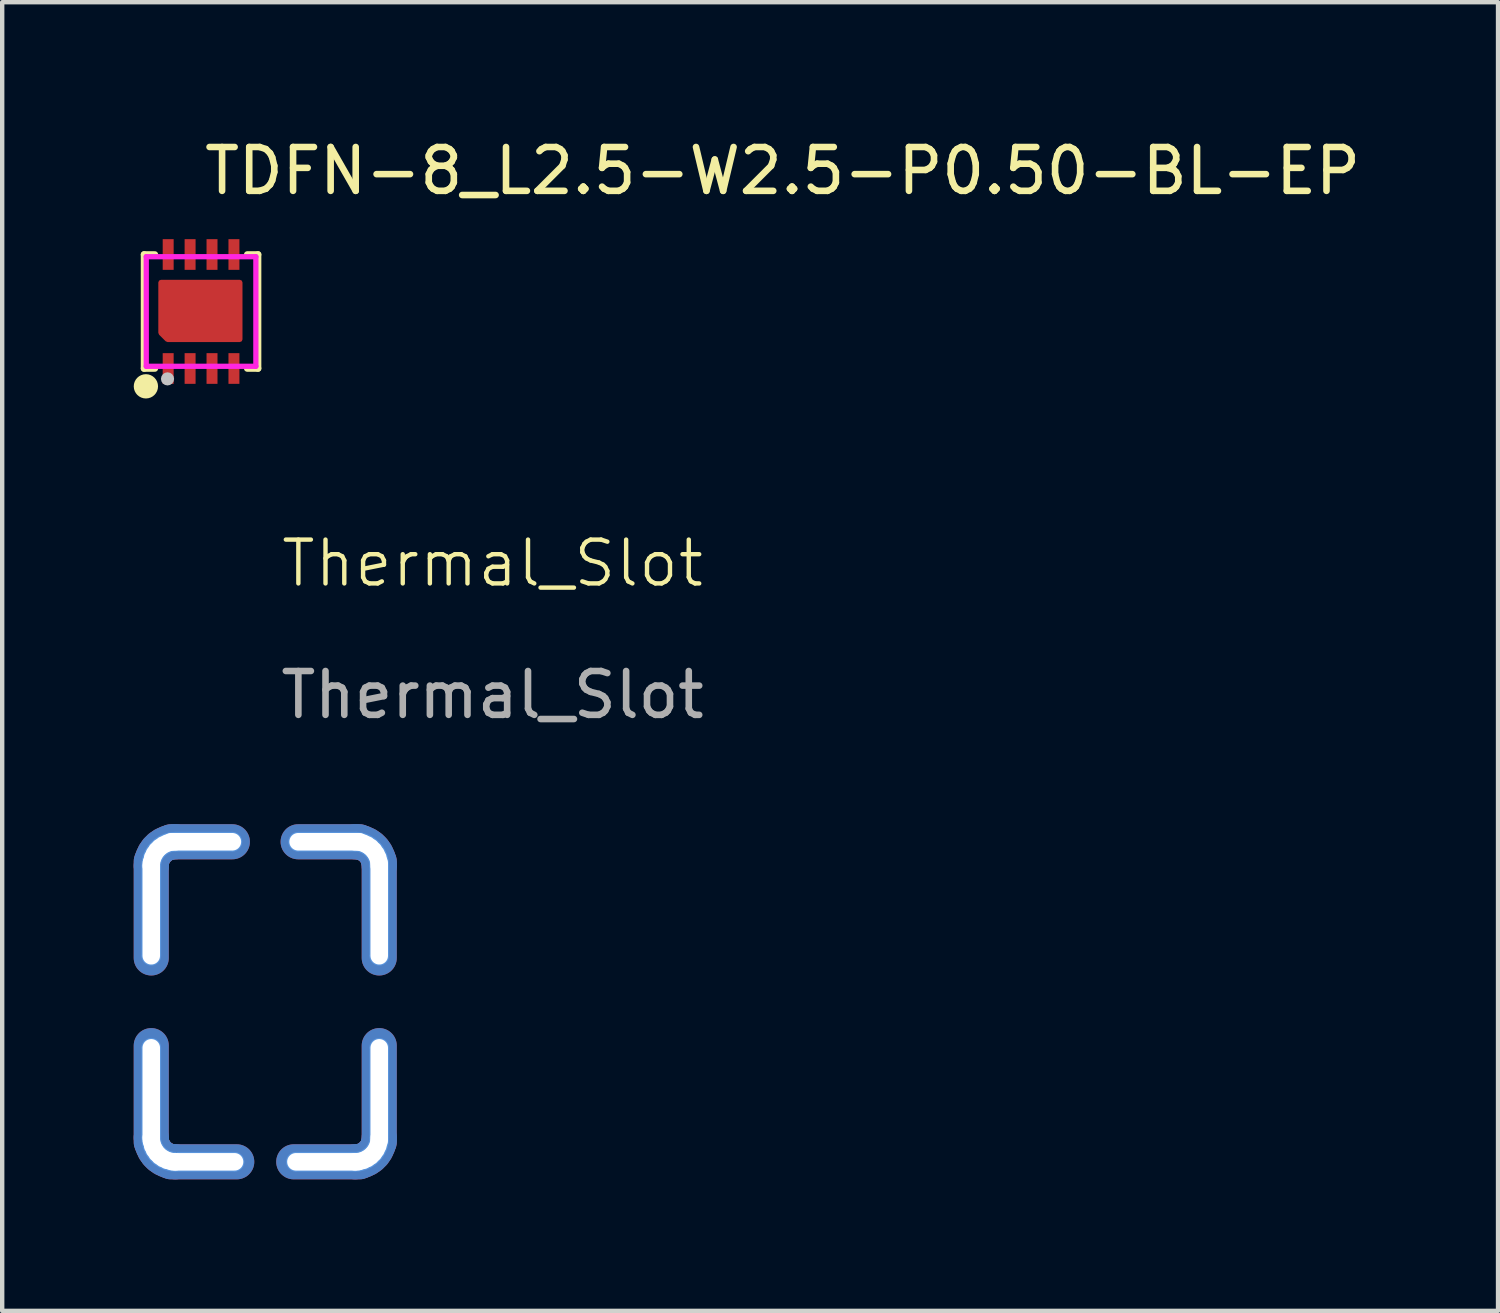
<source format=kicad_pcb>
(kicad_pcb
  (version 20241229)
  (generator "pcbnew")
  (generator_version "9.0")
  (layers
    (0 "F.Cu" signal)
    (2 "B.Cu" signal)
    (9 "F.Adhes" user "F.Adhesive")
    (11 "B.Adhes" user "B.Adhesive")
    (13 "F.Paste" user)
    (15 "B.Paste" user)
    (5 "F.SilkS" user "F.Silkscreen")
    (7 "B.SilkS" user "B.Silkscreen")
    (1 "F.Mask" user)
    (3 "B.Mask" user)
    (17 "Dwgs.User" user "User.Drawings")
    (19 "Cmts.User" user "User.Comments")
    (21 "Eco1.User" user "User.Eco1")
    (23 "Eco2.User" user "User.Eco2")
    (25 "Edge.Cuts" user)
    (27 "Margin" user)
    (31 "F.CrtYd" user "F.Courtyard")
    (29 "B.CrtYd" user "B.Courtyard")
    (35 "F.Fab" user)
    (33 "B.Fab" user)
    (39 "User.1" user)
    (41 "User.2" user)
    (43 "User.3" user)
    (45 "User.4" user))
  (footprint "TDFN-8_L2.5-W2.5-P0.50-BL-EP"
    (layer "F.Cu")
    (at 1.536 4.055)
    (property "Reference" "TDFN-8_L2.5-W2.5-P0.50-BL-EP" (at 0 -3.207 0) (layer "F.SilkS") (effects (font (size 1 1) (thickness 0.15)) (justify left)))
    (attr through_hole)
    (fp_line (start -1.3 -1.3) (end -1.054 -1.3) (stroke (width 0.15) (type solid)) (layer "F.SilkS"))
    (fp_line (start -1.3 1.3) (end -1.3 -1.3) (stroke (width 0.15) (type solid)) (layer "F.SilkS"))
    (fp_line (start -1.3 1.3) (end -1.054 1.3) (stroke (width 0.15) (type solid)) (layer "F.SilkS"))
    (fp_line (start 1.054 -1.3) (end 1.3 -1.3) (stroke (width 0.15) (type solid)) (layer "F.SilkS"))
    (fp_line (start 1.054 1.3) (end 1.3 1.3) (stroke (width 0.15) (type solid)) (layer "F.SilkS"))
    (fp_line (start 1.3 1.3) (end 1.3 -1.3) (stroke (width 0.15) (type solid)) (layer "F.SilkS"))
    (fp_arc (start -1.257 1.58) (mid -1.25973 1.834014) (end -1.25954 1.579985) (stroke (width 0.3) (type solid)) (layer "F.SilkS"))
    (fp_circle (center -0.765 1.537) (end -0.69 1.537) (stroke (width 0.15) (type solid)) (fill no) (layer "Dwgs.User"))
    (fp_circle (center -1.25 1.25) (end -1.22 1.25) (stroke (width 0.06) (type solid)) (fill no) (layer "Eco2.User"))
    (fp_poly (pts (xy -0.875 -0.95) (xy -0.875 -1.25) (xy -0.625 -1.25) (xy -0.625 -0.95)) (stroke (width 0.12) (type solid)) (fill no) (layer "Eco2.User"))
    (fp_poly (pts (xy -0.875 1.25) (xy -0.875 0.95) (xy -0.625 0.95) (xy -0.625 1.25)) (stroke (width 0.12) (type solid)) (fill no) (layer "Eco2.User"))
    (fp_poly (pts (xy -0.375 -0.95) (xy -0.375 -1.25) (xy -0.125 -1.25) (xy -0.125 -0.95)) (stroke (width 0.12) (type solid)) (fill no) (layer "Eco2.User"))
    (fp_poly (pts (xy -0.375 1.25) (xy -0.375 0.95) (xy -0.125 0.95) (xy -0.125 1.25)) (stroke (width 0.12) (type solid)) (fill no) (layer "Eco2.User"))
    (fp_poly (pts (xy 0.125 -0.95) (xy 0.125 -1.25) (xy 0.375 -1.25) (xy 0.375 -0.95)) (stroke (width 0.12) (type solid)) (fill no) (layer "Eco2.User"))
    (fp_poly (pts (xy 0.125 1.25) (xy 0.125 0.95) (xy 0.375 0.95) (xy 0.375 1.25)) (stroke (width 0.12) (type solid)) (fill no) (layer "Eco2.User"))
    (fp_poly (pts (xy 0.625 -0.95) (xy 0.625 -1.25) (xy 0.875 -1.25) (xy 0.875 -0.95)) (stroke (width 0.12) (type solid)) (fill no) (layer "Eco2.User"))
    (fp_poly (pts (xy 0.625 1.25) (xy 0.625 0.95) (xy 0.875 0.95) (xy 0.875 1.25)) (stroke (width 0.12) (type solid)) (fill no) (layer "Eco2.User"))
    (fp_poly (pts (xy -0.915 -0.663) (xy 0.885 -0.663) (xy 0.885 0.637) (xy -0.765 0.637) (xy -0.915 0.487)) (stroke (width 0.12) (type solid)) (fill no) (layer "Eco2.User"))
    (fp_line (start -1.25 -1.25) (end 1.25 -1.25) (stroke (width 0.12) (type solid)) (layer "F.CrtYd"))
    (fp_line (start -1.25 1.25) (end -1.25 -1.25) (stroke (width 0.12) (type solid)) (layer "F.CrtYd"))
    (fp_line (start 1.25 -1.25) (end 1.25 1.25) (stroke (width 0.12) (type solid)) (layer "F.CrtYd"))
    (fp_line (start 1.25 1.25) (end -1.25 1.25) (stroke (width 0.12) (type solid)) (layer "F.CrtYd"))
    (pad "1" smd rect (at -0.75 1.3) (size 0.25 0.7) (layers "F.Cu" "F.Mask" "F.Paste"))
    (pad "2" smd rect (at -0.25 1.3) (size 0.25 0.7) (layers "F.Cu" "F.Mask" "F.Paste"))
    (pad "3" smd rect (at 0.25 1.3) (size 0.25 0.7) (layers "F.Cu" "F.Mask" "F.Paste"))
    (pad "4" smd rect (at 0.75 1.3) (size 0.25 0.7) (layers "F.Cu" "F.Mask" "F.Paste"))
    (pad "5" smd rect (at 0.75 -1.3) (size 0.25 0.7) (layers "F.Cu" "F.Mask" "F.Paste"))
    (pad "6" smd rect (at 0.25 -1.3) (size 0.25 0.7) (layers "F.Cu" "F.Mask" "F.Paste"))
    (pad "7" smd rect (at -0.25 -1.3) (size 0.25 0.7) (layers "F.Cu" "F.Mask" "F.Paste"))
    (pad "8" smd rect (at -0.75 -1.3) (size 0.25 0.7) (layers "F.Cu" "F.Mask" "F.Paste"))
    (pad "9" smd custom (at -0.015 -0.013) (size 0.102 0.102) (layers "F.Cu" "F.Mask" "F.Paste") (options (anchor circle)) (primitives (gr_poly (pts (xy -0.9 -0.65) (xy 0.9 -0.65) (xy 0.9 0.65) (xy -0.75 0.65) (xy -0.9 0.5)) (width 0.12) (fill yes)))))
  (footprint "Thermal_Slot"
    (layer "F.Cu")
    (at 3 19.8)
    (property "Reference" "Thermal_Slot" (at 5.184 -10 0) (unlocked yes) (layer "F.SilkS") (effects (font (size 1 1) (thickness 0.1))))
    (attr smd board_only exclude_from_pos_files exclude_from_bom allow_missing_courtyard)
    (fp_line (start -2.8 -3.1) (end -2.8 -1.05) (stroke (width 0.05) (type default)) (layer "Cmts.User"))
    (fp_line (start -2.8 1.05) (end -2.8 3.1) (stroke (width 0.05) (type default)) (layer "Cmts.User"))
    (fp_line (start -2.4 -3.1) (end -2.4 -1.05) (stroke (width 0.05) (type default)) (layer "Cmts.User"))
    (fp_line (start -2.4 3.1) (end -2.4 1.05) (stroke (width 0.05) (type default)) (layer "Cmts.User"))
    (fp_line (start -2.05 -3.85) (end -0.75 -3.85) (stroke (width 0.05) (type default)) (layer "Cmts.User"))
    (fp_line (start -2.05 3.85) (end -0.7 3.85) (stroke (width 0.05) (type default)) (layer "Cmts.User"))
    (fp_line (start -0.75 -3.45) (end -2.05 -3.45) (stroke (width 0.05) (type default)) (layer "Cmts.User"))
    (fp_line (start -0.7 3.45) (end -2 3.45) (stroke (width 0.05) (type default)) (layer "Cmts.User"))
    (fp_line (start 0.7 3.45) (end 2.05 3.45) (stroke (width 0.05) (type default)) (layer "Cmts.User"))
    (fp_line (start 0.75 -3.45) (end 2.05 -3.45) (stroke (width 0.05) (type default)) (layer "Cmts.User"))
    (fp_line (start 2.05 3.85) (end 0.7 3.85) (stroke (width 0.05) (type default)) (layer "Cmts.User"))
    (fp_line (start 2.1 -3.85) (end 0.75 -3.85) (stroke (width 0.05) (type default)) (layer "Cmts.User"))
    (fp_line (start 2.4 -3.1) (end 2.4 -1.05) (stroke (width 0.05) (type default)) (layer "Cmts.User"))
    (fp_line (start 2.4 3.1) (end 2.4 1.05) (stroke (width 0.05) (type default)) (layer "Cmts.User"))
    (fp_line (start 2.8 -1.05) (end 2.8 -3.1) (stroke (width 0.05) (type default)) (layer "Cmts.User"))
    (fp_line (start 2.8 3.1) (end 2.8 1.05) (stroke (width 0.05) (type default)) (layer "Cmts.User"))
    (fp_arc (start -2.8 -3.1) (mid -2.58033 -3.63033) (end -2.05 -3.85) (stroke (width 0.05) (type default)) (layer "Cmts.User"))
    (fp_arc (start -2.8 1.05) (mid -2.6 0.85) (end -2.4 1.05) (stroke (width 0.05) (type default)) (layer "Cmts.User"))
    (fp_arc (start -2.4 -3.1) (mid -2.297487 -3.347487) (end -2.05 -3.45) (stroke (width 0.05) (type default)) (layer "Cmts.User"))
    (fp_arc (start -2.4 -1.05) (mid -2.6 -0.85) (end -2.8 -1.05) (stroke (width 0.05) (type default)) (layer "Cmts.User"))
    (fp_arc (start -2.05 3.45) (mid -2.297487 3.347487) (end -2.4 3.1) (stroke (width 0.05) (type default)) (layer "Cmts.User"))
    (fp_arc (start -2.05 3.85) (mid -2.58033 3.63033) (end -2.8 3.1) (stroke (width 0.05) (type default)) (layer "Cmts.User"))
    (fp_arc (start -0.75 -3.85) (mid -0.55 -3.65) (end -0.75 -3.45) (stroke (width 0.05) (type default)) (layer "Cmts.User"))
    (fp_arc (start -0.7 3.45) (mid -0.5 3.65) (end -0.7 3.85) (stroke (width 0.05) (type default)) (layer "Cmts.User"))
    (fp_arc (start 0.7 3.85) (mid 0.5 3.65) (end 0.7 3.45) (stroke (width 0.05) (type default)) (layer "Cmts.User"))
    (fp_arc (start 0.75 -3.45) (mid 0.55 -3.65) (end 0.75 -3.85) (stroke (width 0.05) (type default)) (layer "Cmts.User"))
    (fp_arc (start 2.05 -3.85) (mid 2.58033 -3.63033) (end 2.8 -3.1) (stroke (width 0.05) (type default)) (layer "Cmts.User"))
    (fp_arc (start 2.05 -3.45) (mid 2.297487 -3.347487) (end 2.4 -3.1) (stroke (width 0.05) (type default)) (layer "Cmts.User"))
    (fp_arc (start 2.4 1.05) (mid 2.6 0.85) (end 2.8 1.05) (stroke (width 0.05) (type default)) (layer "Cmts.User"))
    (fp_arc (start 2.4 3.1) (mid 2.297487 3.347487) (end 2.05 3.45) (stroke (width 0.05) (type default)) (layer "Cmts.User"))
    (fp_arc (start 2.8 -1.05) (mid 2.6 -0.85) (end 2.4 -1.05) (stroke (width 0.05) (type default)) (layer "Cmts.User"))
    (fp_arc (start 2.8 3.1) (mid 2.58033 3.63033) (end 2.05 3.85) (stroke (width 0.05) (type default)) (layer "Cmts.User"))
    (fp_text user "${REFERENCE}" (at 5.184 -7 0) (unlocked yes) (layer "F.Fab") (effects (font (size 1 1) (thickness 0.15))))
    (pad "1" thru_hole circle (at -2.6 -3.1 90) (size 0.8 0.8) (drill 0.4) (layers "*.Cu" "*.Mask"))
    (pad "1" thru_hole oval (at -2.6 -2.1 90) (size 3 0.8) (drill oval 2.5 0.4) (layers "*.Cu" "*.Mask"))
    (pad "1" thru_hole oval (at -2.6 2.1 90) (size 3 0.8) (drill oval 2.5 0.4) (layers "*.Cu" "*.Mask"))
    (pad "1" thru_hole circle (at -2.6 3.1 90) (size 0.8 0.8) (drill 0.4) (layers "*.Cu" "*.Mask"))
    (pad "1" thru_hole circle (at -2.592 -3.196 90) (size 0.8 0.8) (drill 0.4) (layers "*.Cu" "*.Mask"))
    (pad "1" thru_hole circle (at -2.592 3.196 90) (size 0.8 0.8) (drill 0.4) (layers "*.Cu" "*.Mask"))
    (pad "1" thru_hole circle (at -2.567 -3.288 90) (size 0.8 0.8) (drill 0.4) (layers "*.Cu" "*.Mask"))
    (pad "1" thru_hole circle (at -2.567 3.288 90) (size 0.8 0.8) (drill 0.4) (layers "*.Cu" "*.Mask"))
    (pad "1" thru_hole circle (at -2.526 -3.375 90) (size 0.8 0.8) (drill 0.4) (layers "*.Cu" "*.Mask"))
    (pad "1" thru_hole circle (at -2.526 3.375 90) (size 0.8 0.8) (drill 0.4) (layers "*.Cu" "*.Mask"))
    (pad "1" thru_hole circle (at -2.471 -3.454 90) (size 0.8 0.8) (drill 0.4) (layers "*.Cu" "*.Mask"))
    (pad "1" thru_hole circle (at -2.471 3.454 90) (size 0.8 0.8) (drill 0.4) (layers "*.Cu" "*.Mask"))
    (pad "1" thru_hole circle (at -2.404 -3.521 90) (size 0.8 0.8) (drill 0.4) (layers "*.Cu" "*.Mask"))
    (pad "1" thru_hole circle (at -2.404 3.521 90) (size 0.8 0.8) (drill 0.4) (layers "*.Cu" "*.Mask"))
    (pad "1" thru_hole circle (at -2.325 -3.576 90) (size 0.8 0.8) (drill 0.4) (layers "*.Cu" "*.Mask"))
    (pad "1" thru_hole circle (at -2.325 3.576 90) (size 0.8 0.8) (drill 0.4) (layers "*.Cu" "*.Mask"))
    (pad "1" thru_hole circle (at -2.238 -3.617 90) (size 0.8 0.8) (drill 0.4) (layers "*.Cu" "*.Mask"))
    (pad "1" thru_hole circle (at -2.238 3.617 90) (size 0.8 0.8) (drill 0.4) (layers "*.Cu" "*.Mask"))
    (pad "1" thru_hole circle (at -2.146 -3.642 90) (size 0.8 0.8) (drill 0.4) (layers "*.Cu" "*.Mask"))
    (pad "1" thru_hole circle (at -2.146 3.642 90) (size 0.8 0.8) (drill 0.4) (layers "*.Cu" "*.Mask"))
    (pad "1" thru_hole circle (at -2.05 -3.65 90) (size 0.8 0.8) (drill 0.4) (layers "*.Cu" "*.Mask"))
    (pad "1" thru_hole circle (at -2.05 3.65 90) (size 0.8 0.8) (drill 0.4) (layers "*.Cu" "*.Mask"))
    (pad "1" thru_hole oval (at -1.45 -3.65 180) (size 2.2 0.8) (drill oval 1.8 0.4) (layers "*.Cu" "*.Mask"))
    (pad "1" thru_hole oval (at -1.4 3.65 180) (size 2.3 0.8) (drill oval 1.8 0.4) (layers "*.Cu" "*.Mask"))
    (pad "1" thru_hole oval (at 1.4 3.65 180) (size 2.3 0.8) (drill oval 1.8 0.4) (layers "*.Cu" "*.Mask"))
    (pad "1" thru_hole oval (at 1.45 -3.65 180) (size 2.2 0.8) (drill oval 1.8 0.4) (layers "*.Cu" "*.Mask"))
    (pad "1" thru_hole circle (at 2.05 -3.65 90) (size 0.8 0.8) (drill 0.4) (layers "*.Cu" "*.Mask"))
    (pad "1" thru_hole circle (at 2.05 3.65 90) (size 0.8 0.8) (drill 0.4) (layers "*.Cu" "*.Mask"))
    (pad "1" thru_hole circle (at 2.146 -3.642 90) (size 0.8 0.8) (drill 0.4) (layers "*.Cu" "*.Mask"))
    (pad "1" thru_hole circle (at 2.146 3.642 90) (size 0.8 0.8) (drill 0.4) (layers "*.Cu" "*.Mask"))
    (pad "1" thru_hole circle (at 2.238 -3.617 90) (size 0.8 0.8) (drill 0.4) (layers "*.Cu" "*.Mask"))
    (pad "1" thru_hole circle (at 2.238 3.617 90) (size 0.8 0.8) (drill 0.4) (layers "*.Cu" "*.Mask"))
    (pad "1" thru_hole circle (at 2.325 -3.576 90) (size 0.8 0.8) (drill 0.4) (layers "*.Cu" "*.Mask"))
    (pad "1" thru_hole circle (at 2.325 3.576 90) (size 0.8 0.8) (drill 0.4) (layers "*.Cu" "*.Mask"))
    (pad "1" thru_hole circle (at 2.404 -3.521 90) (size 0.8 0.8) (drill 0.4) (layers "*.Cu" "*.Mask"))
    (pad "1" thru_hole circle (at 2.404 3.521 90) (size 0.8 0.8) (drill 0.4) (layers "*.Cu" "*.Mask"))
    (pad "1" thru_hole circle (at 2.471 -3.454 90) (size 0.8 0.8) (drill 0.4) (layers "*.Cu" "*.Mask"))
    (pad "1" thru_hole circle (at 2.471 3.454 90) (size 0.8 0.8) (drill 0.4) (layers "*.Cu" "*.Mask"))
    (pad "1" thru_hole circle (at 2.526 -3.375 90) (size 0.8 0.8) (drill 0.4) (layers "*.Cu" "*.Mask"))
    (pad "1" thru_hole circle (at 2.526 3.375 90) (size 0.8 0.8) (drill 0.4) (layers "*.Cu" "*.Mask"))
    (pad "1" thru_hole circle (at 2.567 -3.288 90) (size 0.8 0.8) (drill 0.4) (layers "*.Cu" "*.Mask"))
    (pad "1" thru_hole circle (at 2.567 3.288 90) (size 0.8 0.8) (drill 0.4) (layers "*.Cu" "*.Mask"))
    (pad "1" thru_hole circle (at 2.592 -3.196 90) (size 0.8 0.8) (drill 0.4) (layers "*.Cu" "*.Mask"))
    (pad "1" thru_hole circle (at 2.592 3.196 90) (size 0.8 0.8) (drill 0.4) (layers "*.Cu" "*.Mask"))
    (pad "1" thru_hole circle (at 2.6 -3.1 90) (size 0.8 0.8) (drill 0.4) (layers "*.Cu" "*.Mask"))
    (pad "1" thru_hole oval (at 2.6 -2.1 90) (size 3 0.8) (drill oval 2.5 0.4) (layers "*.Cu" "*.Mask"))
    (pad "1" thru_hole oval (at 2.6 2.1 90) (size 3 0.8) (drill oval 2.5 0.4) (layers "*.Cu" "*.Mask"))
    (pad "1" thru_hole circle (at 2.6 3.1 90) (size 0.8 0.8) (drill 0.4) (layers "*.Cu" "*.Mask")))
  (gr_rect
    (start -3 -3)
    (end 31.119 26.85)
    (stroke (width 0.1) (type default))
    (fill no)
    (layer "Edge.Cuts")))
</source>
